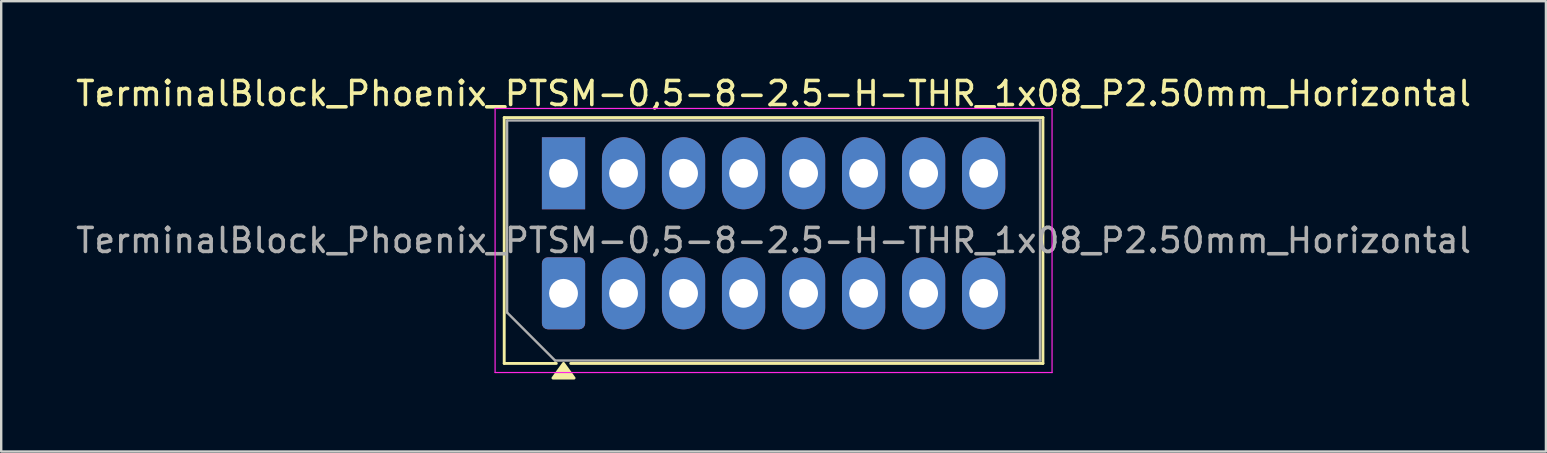
<source format=kicad_pcb>
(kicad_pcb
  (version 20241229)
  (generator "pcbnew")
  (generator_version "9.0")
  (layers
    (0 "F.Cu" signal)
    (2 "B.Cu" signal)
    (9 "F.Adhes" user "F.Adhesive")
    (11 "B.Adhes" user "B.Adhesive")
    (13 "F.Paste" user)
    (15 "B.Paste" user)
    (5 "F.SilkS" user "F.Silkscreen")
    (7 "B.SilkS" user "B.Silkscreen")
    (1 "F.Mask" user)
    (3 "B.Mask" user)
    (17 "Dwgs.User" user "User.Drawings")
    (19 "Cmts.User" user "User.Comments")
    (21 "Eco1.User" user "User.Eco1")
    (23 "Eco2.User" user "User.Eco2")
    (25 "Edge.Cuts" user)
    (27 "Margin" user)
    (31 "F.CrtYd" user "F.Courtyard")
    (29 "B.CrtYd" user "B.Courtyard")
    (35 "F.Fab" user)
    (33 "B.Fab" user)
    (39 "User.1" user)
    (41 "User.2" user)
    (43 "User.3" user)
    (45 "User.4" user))
  (footprint "TerminalBlock_Phoenix_PTSM-0,5-8-2.5-H-THR_1x08_P2.50mm_Horizontal"
    (layer "F.Cu")
    (at 20.423 9.168)
    (property "Reference" "TerminalBlock_Phoenix_PTSM-0,5-8-2.5-H-THR_1x08_P2.50mm_Horizontal" (at 8.75 -8.32 0) (layer "F.SilkS") (effects (font (size 1 1) (thickness 0.15))))
    (attr through_hole)
    (fp_line (start -2.47 -7.32) (end -2.47 2.92) (stroke (width 0.12) (type solid)) (layer "F.SilkS"))
    (fp_line (start -2.47 -7.32) (end 19.97 -7.32) (stroke (width 0.12) (type solid)) (layer "F.SilkS"))
    (fp_line (start -2.47 2.92) (end -0.3 2.92) (stroke (width 0.12) (type solid)) (layer "F.SilkS"))
    (fp_line (start 0.3 2.92) (end 19.97 2.92) (stroke (width 0.12) (type solid)) (layer "F.SilkS"))
    (fp_line (start 19.97 -7.32) (end 19.97 2.92) (stroke (width 0.12) (type solid)) (layer "F.SilkS"))
    (fp_poly (pts (xy 0 2.92) (xy 0.44 3.53) (xy -0.44 3.53)) (stroke (width 0.12) (type solid)) (fill yes) (layer "F.SilkS"))
    (fp_line (start -2.85 -7.7) (end -2.85 3.3) (stroke (width 0.05) (type solid)) (layer "F.CrtYd"))
    (fp_line (start -2.85 3.3) (end 20.35 3.3) (stroke (width 0.05) (type solid)) (layer "F.CrtYd"))
    (fp_line (start 20.35 -7.7) (end -2.85 -7.7) (stroke (width 0.05) (type solid)) (layer "F.CrtYd"))
    (fp_line (start 20.35 3.3) (end 20.35 -7.7) (stroke (width 0.05) (type solid)) (layer "F.CrtYd"))
    (fp_line (start -2.35 -7.2) (end 19.85 -7.2) (stroke (width 0.1) (type solid)) (layer "F.Fab"))
    (fp_line (start -2.35 0.8) (end -2.35 -7.2) (stroke (width 0.1) (type solid)) (layer "F.Fab"))
    (fp_line (start -0.35 2.8) (end -2.35 0.8) (stroke (width 0.1) (type solid)) (layer "F.Fab"))
    (fp_line (start 19.85 -7.2) (end 19.85 2.8) (stroke (width 0.1) (type solid)) (layer "F.Fab"))
    (fp_line (start 19.85 2.8) (end -0.35 2.8) (stroke (width 0.1) (type solid)) (layer "F.Fab"))
    (fp_text user "${REFERENCE}" (at 8.75 -2.2 0) (layer "F.Fab") (effects (font (size 1 1) (thickness 0.15))))
    (pad "1" thru_hole rect (at 0 -5) (size 1.8 3) (drill 1.2) (layers "*.Cu" "*.Mask"))
    (pad "1" thru_hole roundrect (at 0 0) (size 1.8 3) (drill 1.2) (layers "*.Cu" "*.Mask") (roundrect_rratio 0.139))
    (pad "2" thru_hole oval (at 2.5 -5) (size 1.8 3) (drill 1.2) (layers "*.Cu" "*.Mask"))
    (pad "2" thru_hole oval (at 2.5 0) (size 1.8 3) (drill 1.2) (layers "*.Cu" "*.Mask"))
    (pad "3" thru_hole oval (at 5 -5) (size 1.8 3) (drill 1.2) (layers "*.Cu" "*.Mask"))
    (pad "3" thru_hole oval (at 5 0) (size 1.8 3) (drill 1.2) (layers "*.Cu" "*.Mask"))
    (pad "4" thru_hole oval (at 7.5 -5) (size 1.8 3) (drill 1.2) (layers "*.Cu" "*.Mask"))
    (pad "4" thru_hole oval (at 7.5 0) (size 1.8 3) (drill 1.2) (layers "*.Cu" "*.Mask"))
    (pad "5" thru_hole oval (at 10 -5) (size 1.8 3) (drill 1.2) (layers "*.Cu" "*.Mask"))
    (pad "5" thru_hole oval (at 10 0) (size 1.8 3) (drill 1.2) (layers "*.Cu" "*.Mask"))
    (pad "6" thru_hole oval (at 12.5 -5) (size 1.8 3) (drill 1.2) (layers "*.Cu" "*.Mask"))
    (pad "6" thru_hole oval (at 12.5 0) (size 1.8 3) (drill 1.2) (layers "*.Cu" "*.Mask"))
    (pad "7" thru_hole oval (at 15 -5) (size 1.8 3) (drill 1.2) (layers "*.Cu" "*.Mask"))
    (pad "7" thru_hole oval (at 15 0) (size 1.8 3) (drill 1.2) (layers "*.Cu" "*.Mask"))
    (pad "8" thru_hole oval (at 17.5 -5) (size 1.8 3) (drill 1.2) (layers "*.Cu" "*.Mask"))
    (pad "8" thru_hole oval (at 17.5 0) (size 1.8 3) (drill 1.2) (layers "*.Cu" "*.Mask")))
  (gr_rect
    (start -3 -3)
    (end 61.345 15.758)
    (stroke (width 0.1) (type default))
    (fill no)
    (layer "Edge.Cuts")))
</source>
